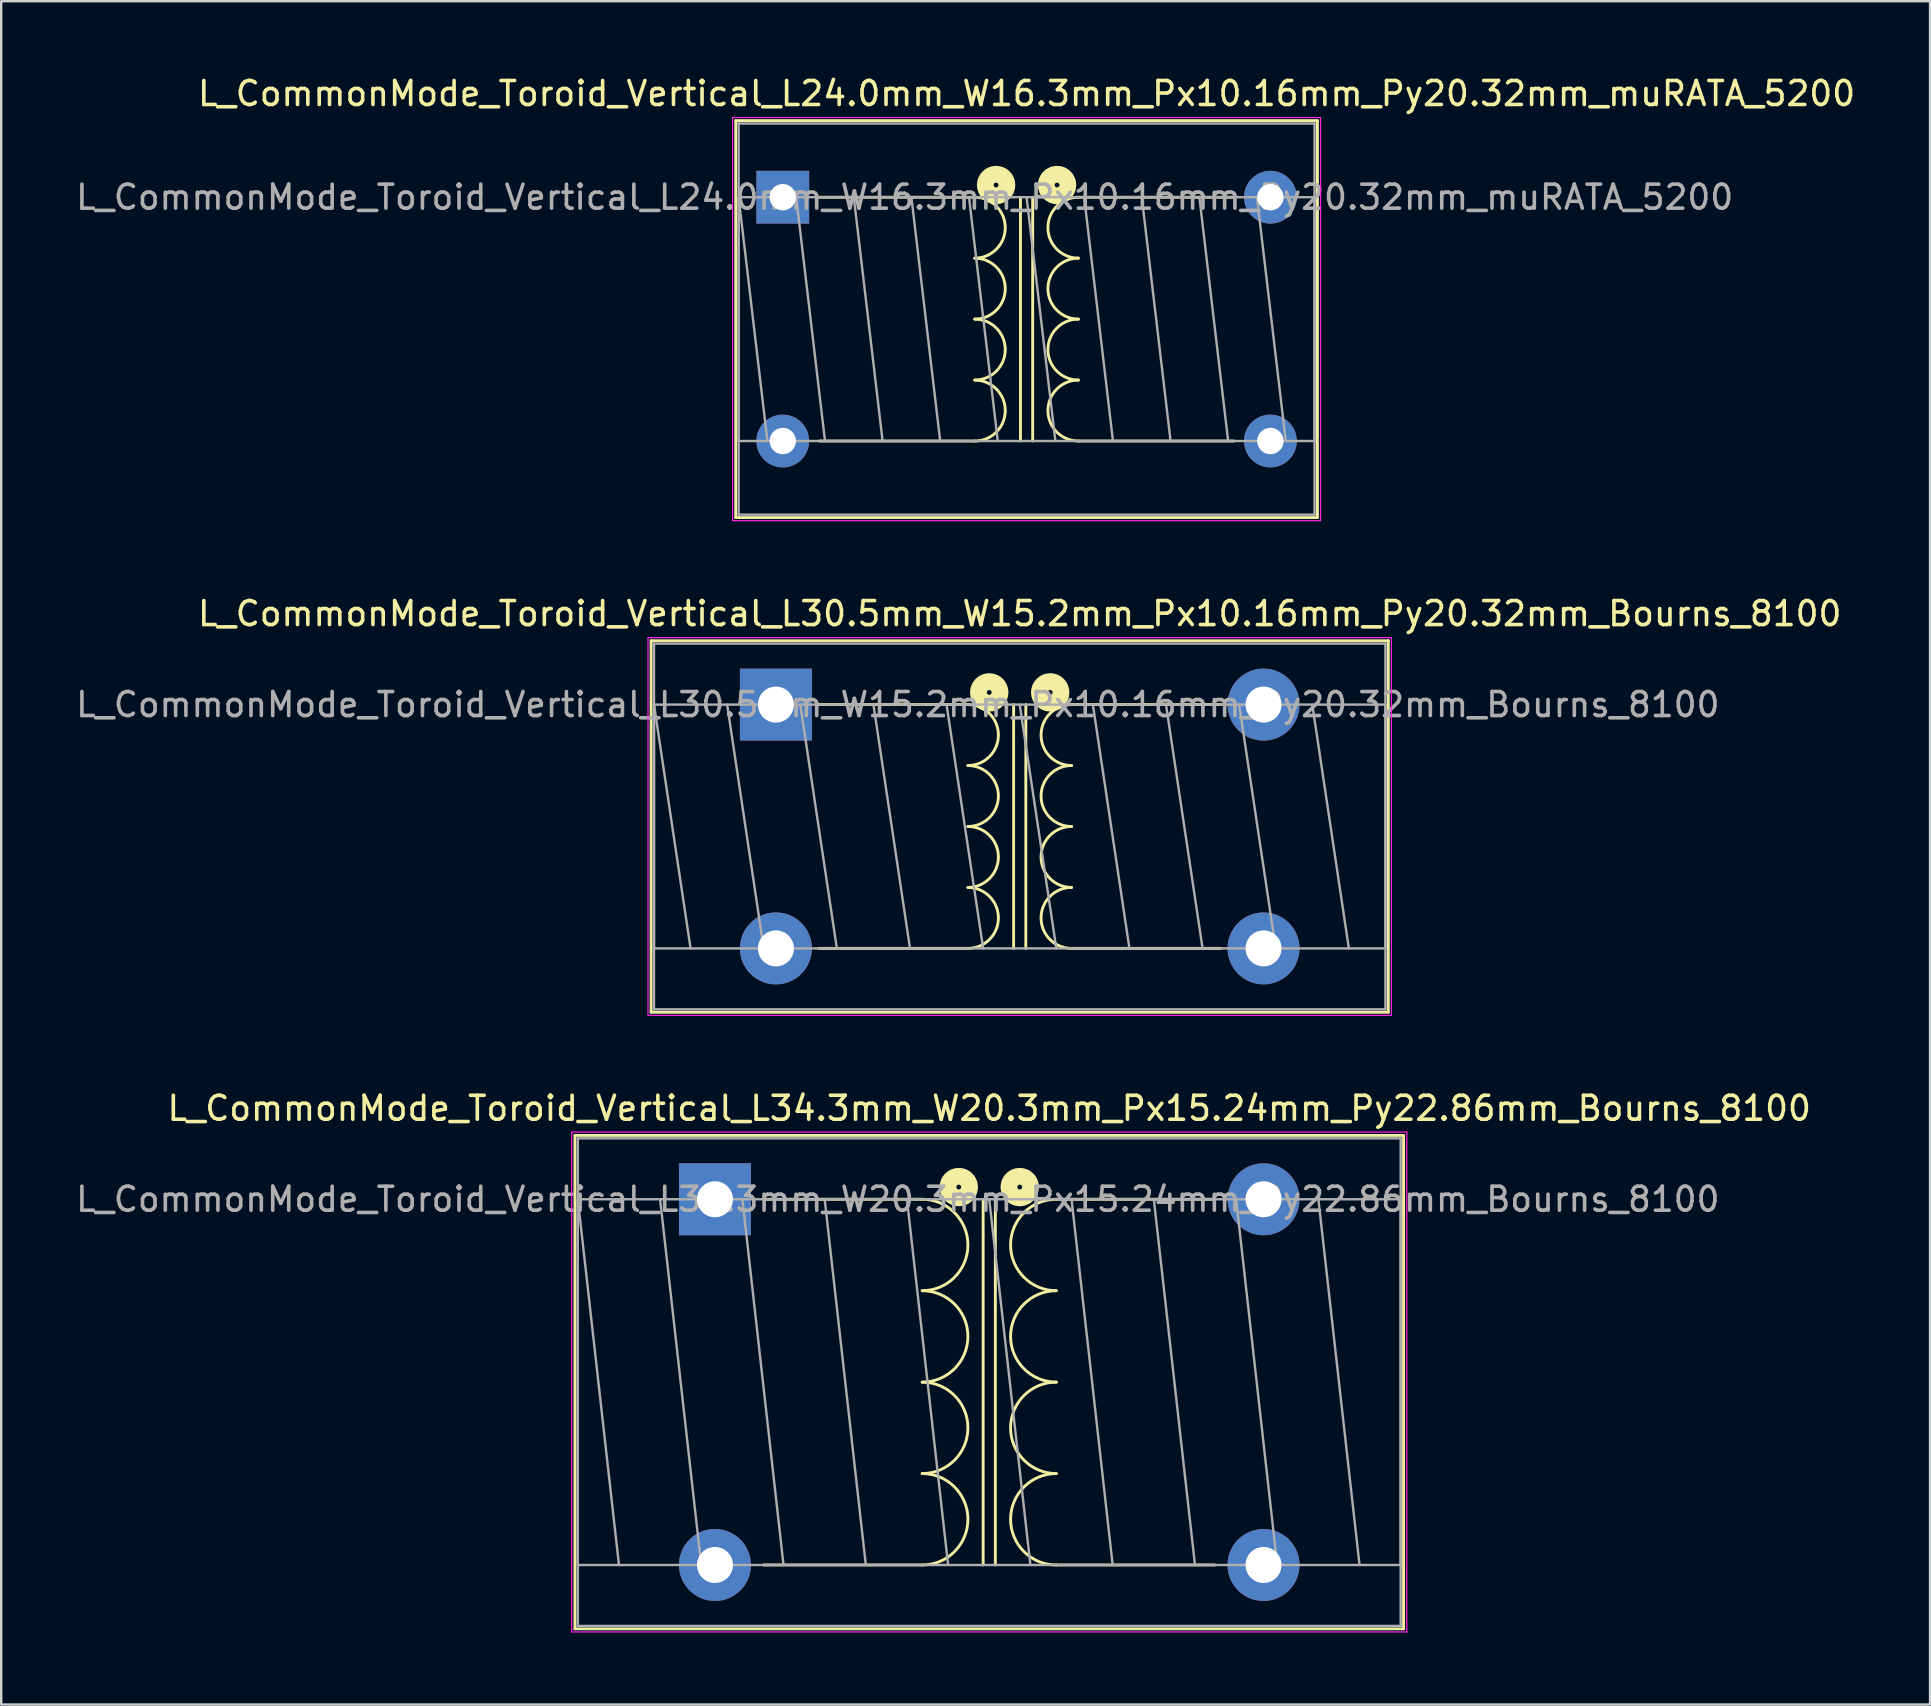
<source format=kicad_pcb>
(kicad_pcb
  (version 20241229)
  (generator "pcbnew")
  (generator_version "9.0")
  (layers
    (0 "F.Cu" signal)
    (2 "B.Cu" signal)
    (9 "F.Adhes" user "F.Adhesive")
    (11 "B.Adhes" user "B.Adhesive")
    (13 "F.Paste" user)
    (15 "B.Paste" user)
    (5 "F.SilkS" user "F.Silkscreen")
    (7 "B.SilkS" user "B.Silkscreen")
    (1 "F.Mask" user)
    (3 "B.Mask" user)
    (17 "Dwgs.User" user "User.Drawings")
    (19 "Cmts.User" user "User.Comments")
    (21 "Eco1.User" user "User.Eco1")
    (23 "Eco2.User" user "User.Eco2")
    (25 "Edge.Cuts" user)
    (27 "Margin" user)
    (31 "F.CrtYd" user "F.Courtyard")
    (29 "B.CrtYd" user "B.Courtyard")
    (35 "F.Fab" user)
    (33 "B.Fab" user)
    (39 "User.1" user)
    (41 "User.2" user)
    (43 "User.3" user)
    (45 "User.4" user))
  (footprint "L_CommonMode_Toroid_Vertical_L34.3mm_W20.3mm_Px15.24mm_Py22.86mm_Bourns_8100"
    (layer "F.Cu")
    (at 26.743 46.925)
    (property "Reference" "L_CommonMode_Toroid_Vertical_L34.3mm_W20.3mm_Px15.24mm_Py22.86mm_Bourns_8100" (at 11.43 -3.79 0) (layer "F.SilkS") (effects (font (size 1 1) (thickness 0.15))))
    (attr through_hole)
    (fp_line (start -5.835 -2.66) (end -5.835 17.9) (stroke (width 0.12) (type solid)) (layer "F.SilkS"))
    (fp_line (start -5.835 -2.66) (end 28.695 -2.66) (stroke (width 0.12) (type solid)) (layer "F.SilkS"))
    (fp_line (start -5.835 17.9) (end 28.695 17.9) (stroke (width 0.12) (type solid)) (layer "F.SilkS"))
    (fp_line (start 2.032 0) (end 8.636 0) (stroke (width 0.12) (type solid)) (layer "F.SilkS"))
    (fp_line (start 2.032 15.24) (end 8.636 15.24) (stroke (width 0.12) (type solid)) (layer "F.SilkS"))
    (fp_line (start 11.176 0) (end 11.176 15.24) (stroke (width 0.12) (type solid)) (layer "F.SilkS"))
    (fp_line (start 11.684 15.24) (end 11.684 0) (stroke (width 0.12) (type solid)) (layer "F.SilkS"))
    (fp_line (start 20.828 0) (end 14.224 0) (stroke (width 0.12) (type solid)) (layer "F.SilkS"))
    (fp_line (start 20.828 15.24) (end 14.224 15.24) (stroke (width 0.12) (type solid)) (layer "F.SilkS"))
    (fp_line (start 28.695 -2.66) (end 28.695 17.9) (stroke (width 0.12) (type solid)) (layer "F.SilkS"))
    (fp_arc (start 8.636 0) (mid 10.541 1.905) (end 8.636 3.81) (stroke (width 0.12) (type solid)) (layer "F.SilkS"))
    (fp_arc (start 8.636 3.81) (mid 10.541 5.715) (end 8.636 7.62) (stroke (width 0.12) (type solid)) (layer "F.SilkS"))
    (fp_arc (start 8.636 7.62) (mid 10.541 9.525) (end 8.636 11.43) (stroke (width 0.12) (type solid)) (layer "F.SilkS"))
    (fp_arc (start 8.636 11.43) (mid 10.541 13.335) (end 8.636 15.24) (stroke (width 0.12) (type solid)) (layer "F.SilkS"))
    (fp_arc (start 14.224 3.81) (mid 12.319 1.905) (end 14.224 0) (stroke (width 0.12) (type solid)) (layer "F.SilkS"))
    (fp_arc (start 14.224 7.62) (mid 12.319 5.715) (end 14.224 3.81) (stroke (width 0.12) (type solid)) (layer "F.SilkS"))
    (fp_arc (start 14.224 11.43) (mid 12.319 9.525) (end 14.224 7.62) (stroke (width 0.12) (type solid)) (layer "F.SilkS"))
    (fp_arc (start 14.224 15.24) (mid 12.319 13.335) (end 14.224 11.43) (stroke (width 0.12) (type solid)) (layer "F.SilkS"))
    (fp_circle (center 10.16 -0.508) (end 10.26 -0.508) (stroke (width 0.7) (type solid)) (fill no) (layer "F.SilkS"))
    (fp_circle (center 12.7 -0.508) (end 12.8 -0.508) (stroke (width 0.7) (type solid)) (fill no) (layer "F.SilkS"))
    (fp_line (start -5.97 -2.8) (end -5.97 18.03) (stroke (width 0.05) (type solid)) (layer "F.CrtYd"))
    (fp_line (start -5.97 18.03) (end 28.83 18.03) (stroke (width 0.05) (type solid)) (layer "F.CrtYd"))
    (fp_line (start 28.83 -2.8) (end -5.97 -2.8) (stroke (width 0.05) (type solid)) (layer "F.CrtYd"))
    (fp_line (start 28.83 18.03) (end 28.83 -2.8) (stroke (width 0.05) (type solid)) (layer "F.CrtYd"))
    (fp_line (start -5.715 -2.54) (end -5.715 17.78) (stroke (width 0.1) (type solid)) (layer "F.Fab"))
    (fp_line (start -5.715 0) (end -5.715 15.24) (stroke (width 0.1) (type solid)) (layer "F.Fab"))
    (fp_line (start -5.715 0) (end -4 15.24) (stroke (width 0.1) (type solid)) (layer "F.Fab"))
    (fp_line (start -5.715 15.24) (end 28.575 15.24) (stroke (width 0.1) (type solid)) (layer "F.Fab"))
    (fp_line (start -5.715 17.78) (end 28.575 17.78) (stroke (width 0.1) (type solid)) (layer "F.Fab"))
    (fp_line (start -2.286 0) (end -0.572 15.24) (stroke (width 0.1) (type solid)) (layer "F.Fab"))
    (fp_line (start 1.143 0) (end 2.857 15.24) (stroke (width 0.1) (type solid)) (layer "F.Fab"))
    (fp_line (start 4.572 0) (end 6.287 15.24) (stroke (width 0.1) (type solid)) (layer "F.Fab"))
    (fp_line (start 8.001 0) (end 9.716 15.24) (stroke (width 0.1) (type solid)) (layer "F.Fab"))
    (fp_line (start 11.43 0) (end 13.145 15.24) (stroke (width 0.1) (type solid)) (layer "F.Fab"))
    (fp_line (start 14.859 0) (end 16.573 15.24) (stroke (width 0.1) (type solid)) (layer "F.Fab"))
    (fp_line (start 18.288 0) (end 20.003 15.24) (stroke (width 0.1) (type solid)) (layer "F.Fab"))
    (fp_line (start 21.717 0) (end 23.431 15.24) (stroke (width 0.1) (type solid)) (layer "F.Fab"))
    (fp_line (start 25.146 0) (end 26.86 15.24) (stroke (width 0.1) (type solid)) (layer "F.Fab"))
    (fp_line (start 28.575 -2.54) (end -5.715 -2.54) (stroke (width 0.1) (type solid)) (layer "F.Fab"))
    (fp_line (start 28.575 0) (end -5.715 0) (stroke (width 0.1) (type solid)) (layer "F.Fab"))
    (fp_line (start 28.575 15.24) (end 28.575 0) (stroke (width 0.1) (type solid)) (layer "F.Fab"))
    (fp_line (start 28.575 17.78) (end 28.575 -2.54) (stroke (width 0.1) (type solid)) (layer "F.Fab"))
    (fp_text user "${REFERENCE}" (at 7.62 0 0) (layer "F.Fab") (effects (font (size 1 1) (thickness 0.15))))
    (pad "1" thru_hole rect (at 0 0) (size 3 3) (drill 1.5) (layers "*.Cu" "*.Mask"))
    (pad "2" thru_hole circle (at 0 15.24) (size 3 3) (drill 1.5) (layers "*.Cu" "*.Mask"))
    (pad "3" thru_hole circle (at 22.86 15.24) (size 3 3) (drill 1.5) (layers "*.Cu" "*.Mask"))
    (pad "4" thru_hole circle (at 22.86 0) (size 3 3) (drill 1.5) (layers "*.Cu" "*.Mask")))
  (footprint "L_CommonMode_Toroid_Vertical_L30.5mm_W15.2mm_Px10.16mm_Py20.32mm_Bourns_8100"
    (layer "F.Cu")
    (at 29.283 26.311)
    (property "Reference" "L_CommonMode_Toroid_Vertical_L30.5mm_W15.2mm_Px10.16mm_Py20.32mm_Bourns_8100" (at 10.16 -3.79 0) (layer "F.SilkS") (effects (font (size 1 1) (thickness 0.15))))
    (attr through_hole)
    (fp_line (start -5.2 -2.66) (end -5.2 12.82) (stroke (width 0.12) (type solid)) (layer "F.SilkS"))
    (fp_line (start -5.2 -2.66) (end 25.52 -2.66) (stroke (width 0.12) (type solid)) (layer "F.SilkS"))
    (fp_line (start -5.2 12.82) (end 25.52 12.82) (stroke (width 0.12) (type solid)) (layer "F.SilkS"))
    (fp_line (start 1.778 0) (end 8.001 0) (stroke (width 0.12) (type solid)) (layer "F.SilkS"))
    (fp_line (start 1.778 10.16) (end 8.001 10.16) (stroke (width 0.12) (type solid)) (layer "F.SilkS"))
    (fp_line (start 9.906 10.16) (end 9.906 0) (stroke (width 0.12) (type solid)) (layer "F.SilkS"))
    (fp_line (start 10.414 0) (end 10.414 10.16) (stroke (width 0.12) (type solid)) (layer "F.SilkS"))
    (fp_line (start 12.319 0) (end 18.542 0) (stroke (width 0.12) (type solid)) (layer "F.SilkS"))
    (fp_line (start 12.319 10.16) (end 18.542 10.16) (stroke (width 0.12) (type solid)) (layer "F.SilkS"))
    (fp_line (start 25.52 -2.66) (end 25.52 12.82) (stroke (width 0.12) (type solid)) (layer "F.SilkS"))
    (fp_arc (start 8.001 0) (mid 9.271 1.27) (end 8.001 2.54) (stroke (width 0.12) (type solid)) (layer "F.SilkS"))
    (fp_arc (start 8.001 2.54) (mid 9.271 3.81) (end 8.001 5.08) (stroke (width 0.12) (type solid)) (layer "F.SilkS"))
    (fp_arc (start 8.001 5.08) (mid 9.271 6.35) (end 8.001 7.62) (stroke (width 0.12) (type solid)) (layer "F.SilkS"))
    (fp_arc (start 8.001 7.62) (mid 9.271 8.89) (end 8.001 10.16) (stroke (width 0.12) (type solid)) (layer "F.SilkS"))
    (fp_arc (start 12.319 2.54) (mid 11.049 1.27) (end 12.319 0) (stroke (width 0.12) (type solid)) (layer "F.SilkS"))
    (fp_arc (start 12.319 5.08) (mid 11.049 3.81) (end 12.319 2.54) (stroke (width 0.12) (type solid)) (layer "F.SilkS"))
    (fp_arc (start 12.319 7.62) (mid 11.049 6.35) (end 12.319 5.08) (stroke (width 0.12) (type solid)) (layer "F.SilkS"))
    (fp_arc (start 12.319 10.16) (mid 11.049 8.89) (end 12.319 7.62) (stroke (width 0.12) (type solid)) (layer "F.SilkS"))
    (fp_circle (center 8.89 -0.508) (end 8.99 -0.508) (stroke (width 0.7) (type solid)) (fill no) (layer "F.SilkS"))
    (fp_circle (center 11.43 -0.508) (end 11.53 -0.508) (stroke (width 0.7) (type solid)) (fill no) (layer "F.SilkS"))
    (fp_line (start -5.33 -2.79) (end -5.33 12.95) (stroke (width 0.05) (type solid)) (layer "F.CrtYd"))
    (fp_line (start -5.33 12.95) (end 25.65 12.95) (stroke (width 0.05) (type solid)) (layer "F.CrtYd"))
    (fp_line (start 25.65 -2.79) (end -5.33 -2.79) (stroke (width 0.05) (type solid)) (layer "F.CrtYd"))
    (fp_line (start 25.65 12.95) (end 25.65 -2.79) (stroke (width 0.05) (type solid)) (layer "F.CrtYd"))
    (fp_line (start -5.08 -2.54) (end -5.08 12.7) (stroke (width 0.1) (type solid)) (layer "F.Fab"))
    (fp_line (start -5.08 0) (end -5.08 10.16) (stroke (width 0.1) (type solid)) (layer "F.Fab"))
    (fp_line (start -5.08 0) (end -3.556 10.16) (stroke (width 0.1) (type solid)) (layer "F.Fab"))
    (fp_line (start -5.08 10.16) (end 25.4 10.16) (stroke (width 0.1) (type solid)) (layer "F.Fab"))
    (fp_line (start -5.08 12.7) (end 25.4 12.7) (stroke (width 0.1) (type solid)) (layer "F.Fab"))
    (fp_line (start -2.032 0) (end -0.508 10.16) (stroke (width 0.1) (type solid)) (layer "F.Fab"))
    (fp_line (start 1.016 0) (end 2.54 10.16) (stroke (width 0.1) (type solid)) (layer "F.Fab"))
    (fp_line (start 4.064 0) (end 5.588 10.16) (stroke (width 0.1) (type solid)) (layer "F.Fab"))
    (fp_line (start 7.112 0) (end 8.636 10.16) (stroke (width 0.1) (type solid)) (layer "F.Fab"))
    (fp_line (start 10.16 0) (end 11.684 10.16) (stroke (width 0.1) (type solid)) (layer "F.Fab"))
    (fp_line (start 13.208 0) (end 14.732 10.16) (stroke (width 0.1) (type solid)) (layer "F.Fab"))
    (fp_line (start 16.256 0) (end 17.78 10.16) (stroke (width 0.1) (type solid)) (layer "F.Fab"))
    (fp_line (start 19.304 0) (end 20.828 10.16) (stroke (width 0.1) (type solid)) (layer "F.Fab"))
    (fp_line (start 22.352 0) (end 23.876 10.16) (stroke (width 0.1) (type solid)) (layer "F.Fab"))
    (fp_line (start 25.4 -2.54) (end -5.08 -2.54) (stroke (width 0.1) (type solid)) (layer "F.Fab"))
    (fp_line (start 25.4 0) (end -5.08 0) (stroke (width 0.1) (type solid)) (layer "F.Fab"))
    (fp_line (start 25.4 10.16) (end 25.4 0) (stroke (width 0.1) (type solid)) (layer "F.Fab"))
    (fp_line (start 25.4 12.7) (end 25.4 -2.54) (stroke (width 0.1) (type solid)) (layer "F.Fab"))
    (fp_text user "${REFERENCE}" (at 5.08 0 0) (layer "F.Fab") (effects (font (size 1 1) (thickness 0.15))))
    (pad "1" thru_hole rect (at 0 0) (size 3 3) (drill 1.5) (layers "*.Cu" "*.Mask"))
    (pad "2" thru_hole circle (at 0 10.16) (size 3 3) (drill 1.5) (layers "*.Cu" "*.Mask"))
    (pad "3" thru_hole circle (at 20.32 10.16) (size 3 3) (drill 1.5) (layers "*.Cu" "*.Mask"))
    (pad "4" thru_hole circle (at 20.32 0) (size 3 3) (drill 1.5) (layers "*.Cu" "*.Mask")))
  (footprint "L_CommonMode_Toroid_Vertical_L24.0mm_W16.3mm_Px10.16mm_Py20.32mm_muRATA_5200"
    (layer "F.Cu")
    (at 29.569 5.168)
    (property "Reference" "L_CommonMode_Toroid_Vertical_L24.0mm_W16.3mm_Px10.16mm_Py20.32mm_muRATA_5200" (at 10.16 -4.32 0) (layer "F.SilkS") (effects (font (size 1 1) (thickness 0.15))))
    (attr through_hole)
    (fp_line (start -1.96 -3.19) (end -1.96 13.35) (stroke (width 0.12) (type solid)) (layer "F.SilkS"))
    (fp_line (start -1.96 -3.19) (end 22.28 -3.19) (stroke (width 0.12) (type solid)) (layer "F.SilkS"))
    (fp_line (start -1.96 13.35) (end 22.28 13.35) (stroke (width 0.12) (type solid)) (layer "F.SilkS"))
    (fp_line (start 1.524 0) (end 8.001 0) (stroke (width 0.12) (type solid)) (layer "F.SilkS"))
    (fp_line (start 1.524 10.16) (end 8.001 10.16) (stroke (width 0.12) (type solid)) (layer "F.SilkS"))
    (fp_line (start 9.906 10.16) (end 9.906 0) (stroke (width 0.12) (type solid)) (layer "F.SilkS"))
    (fp_line (start 10.414 0) (end 10.414 10.16) (stroke (width 0.12) (type solid)) (layer "F.SilkS"))
    (fp_line (start 12.319 0) (end 18.796 0) (stroke (width 0.12) (type solid)) (layer "F.SilkS"))
    (fp_line (start 12.319 10.16) (end 18.796 10.16) (stroke (width 0.12) (type solid)) (layer "F.SilkS"))
    (fp_line (start 22.28 -3.19) (end 22.28 13.35) (stroke (width 0.12) (type solid)) (layer "F.SilkS"))
    (fp_arc (start 8.001 0) (mid 9.271 1.27) (end 8.001 2.54) (stroke (width 0.12) (type solid)) (layer "F.SilkS"))
    (fp_arc (start 8.001 2.54) (mid 9.271 3.81) (end 8.001 5.08) (stroke (width 0.12) (type solid)) (layer "F.SilkS"))
    (fp_arc (start 8.001 5.08) (mid 9.271 6.35) (end 8.001 7.62) (stroke (width 0.12) (type solid)) (layer "F.SilkS"))
    (fp_arc (start 8.001 7.62) (mid 9.271 8.89) (end 8.001 10.16) (stroke (width 0.12) (type solid)) (layer "F.SilkS"))
    (fp_arc (start 12.319 2.54) (mid 11.049 1.27) (end 12.319 0) (stroke (width 0.12) (type solid)) (layer "F.SilkS"))
    (fp_arc (start 12.319 5.08) (mid 11.049 3.81) (end 12.319 2.54) (stroke (width 0.12) (type solid)) (layer "F.SilkS"))
    (fp_arc (start 12.319 7.62) (mid 11.049 6.35) (end 12.319 5.08) (stroke (width 0.12) (type solid)) (layer "F.SilkS"))
    (fp_arc (start 12.319 10.16) (mid 11.049 8.89) (end 12.319 7.62) (stroke (width 0.12) (type solid)) (layer "F.SilkS"))
    (fp_circle (center 8.89 -0.508) (end 8.99 -0.508) (stroke (width 0.7) (type solid)) (fill no) (layer "F.SilkS"))
    (fp_circle (center 11.43 -0.508) (end 11.53 -0.508) (stroke (width 0.7) (type solid)) (fill no) (layer "F.SilkS"))
    (fp_line (start -2.09 -3.32) (end -2.09 13.48) (stroke (width 0.05) (type solid)) (layer "F.CrtYd"))
    (fp_line (start -2.09 13.48) (end 22.41 13.48) (stroke (width 0.05) (type solid)) (layer "F.CrtYd"))
    (fp_line (start 22.41 -3.32) (end -2.09 -3.32) (stroke (width 0.05) (type solid)) (layer "F.CrtYd"))
    (fp_line (start 22.41 13.48) (end 22.41 -3.32) (stroke (width 0.05) (type solid)) (layer "F.CrtYd"))
    (fp_line (start -1.84 -3.07) (end -1.84 13.23) (stroke (width 0.1) (type solid)) (layer "F.Fab"))
    (fp_line (start -1.84 0) (end -1.84 10.16) (stroke (width 0.1) (type solid)) (layer "F.Fab"))
    (fp_line (start -1.84 0) (end -0.64 10.16) (stroke (width 0.1) (type solid)) (layer "F.Fab"))
    (fp_line (start -1.84 10.16) (end 22.16 10.16) (stroke (width 0.1) (type solid)) (layer "F.Fab"))
    (fp_line (start -1.84 13.23) (end 22.16 13.23) (stroke (width 0.1) (type solid)) (layer "F.Fab"))
    (fp_line (start 0.56 0) (end 1.76 10.16) (stroke (width 0.1) (type solid)) (layer "F.Fab"))
    (fp_line (start 2.96 0) (end 4.16 10.16) (stroke (width 0.1) (type solid)) (layer "F.Fab"))
    (fp_line (start 5.36 0) (end 6.56 10.16) (stroke (width 0.1) (type solid)) (layer "F.Fab"))
    (fp_line (start 7.76 0) (end 8.96 10.16) (stroke (width 0.1) (type solid)) (layer "F.Fab"))
    (fp_line (start 10.16 0) (end 11.36 10.16) (stroke (width 0.1) (type solid)) (layer "F.Fab"))
    (fp_line (start 12.56 0) (end 13.76 10.16) (stroke (width 0.1) (type solid)) (layer "F.Fab"))
    (fp_line (start 14.96 0) (end 16.16 10.16) (stroke (width 0.1) (type solid)) (layer "F.Fab"))
    (fp_line (start 17.36 0) (end 18.56 10.16) (stroke (width 0.1) (type solid)) (layer "F.Fab"))
    (fp_line (start 19.76 0) (end 20.96 10.16) (stroke (width 0.1) (type solid)) (layer "F.Fab"))
    (fp_line (start 22.16 -3.07) (end -1.84 -3.07) (stroke (width 0.1) (type solid)) (layer "F.Fab"))
    (fp_line (start 22.16 0) (end -1.84 0) (stroke (width 0.1) (type solid)) (layer "F.Fab"))
    (fp_line (start 22.16 10.16) (end 22.16 0) (stroke (width 0.1) (type solid)) (layer "F.Fab"))
    (fp_line (start 22.16 13.23) (end 22.16 -3.07) (stroke (width 0.1) (type solid)) (layer "F.Fab"))
    (fp_text user "${REFERENCE}" (at 5.08 0 0) (layer "F.Fab") (effects (font (size 1 1) (thickness 0.15))))
    (pad "1" thru_hole rect (at 0 0) (size 2.2 2.2) (drill 1.1) (layers "*.Cu" "*.Mask"))
    (pad "2" thru_hole circle (at 0 10.16) (size 2.2 2.2) (drill 1.1) (layers "*.Cu" "*.Mask"))
    (pad "3" thru_hole circle (at 20.32 10.16) (size 2.2 2.2) (drill 1.1) (layers "*.Cu" "*.Mask"))
    (pad "4" thru_hole circle (at 20.32 0) (size 2.2 2.2) (drill 1.1) (layers "*.Cu" "*.Mask")))
  (gr_rect
    (start -3 -3)
    (end 77.378 67.98)
    (stroke (width 0.1) (type default))
    (fill no)
    (layer "Edge.Cuts")))
</source>
